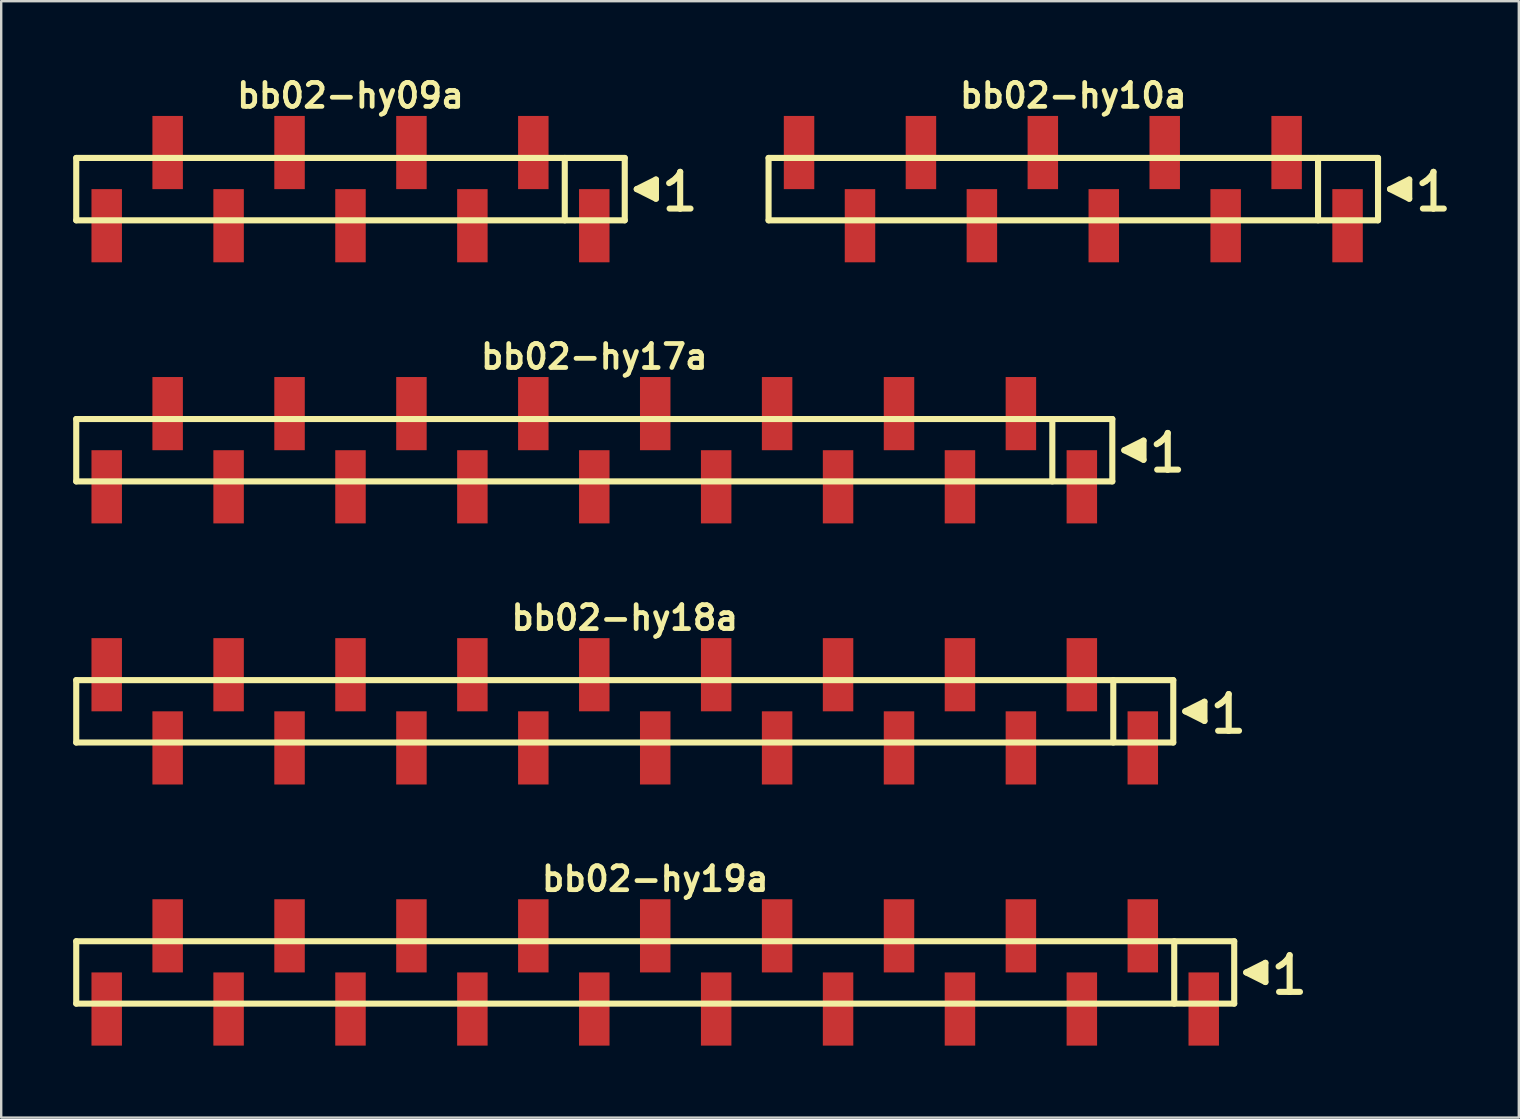
<source format=kicad_pcb>
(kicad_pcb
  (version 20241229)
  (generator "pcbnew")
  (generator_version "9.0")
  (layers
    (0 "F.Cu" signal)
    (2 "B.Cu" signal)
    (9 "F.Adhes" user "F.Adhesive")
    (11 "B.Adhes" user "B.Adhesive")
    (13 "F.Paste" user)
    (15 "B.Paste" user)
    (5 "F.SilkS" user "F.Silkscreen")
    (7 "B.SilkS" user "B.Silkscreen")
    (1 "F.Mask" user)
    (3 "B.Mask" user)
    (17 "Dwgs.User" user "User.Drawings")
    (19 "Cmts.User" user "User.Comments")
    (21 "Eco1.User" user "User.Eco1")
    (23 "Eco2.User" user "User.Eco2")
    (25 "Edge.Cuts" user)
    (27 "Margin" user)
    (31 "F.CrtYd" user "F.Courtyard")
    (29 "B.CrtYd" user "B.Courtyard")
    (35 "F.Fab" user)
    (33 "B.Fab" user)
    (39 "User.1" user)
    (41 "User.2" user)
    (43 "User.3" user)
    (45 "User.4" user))
  (footprint "bb02-hy19a"
    (layer "F.Cu")
    (at 24.257 37.477)
    (property "Reference" "bb02-hy19a" (at 0 -3.9 0) (layer "F.SilkS") (effects (font (size 0.998 0.998) (thickness 0.198))))
    (attr smd)
    (fp_line (start -24.13 -1.3) (end 24.13 -1.3) (stroke (width 0.254) (type solid)) (layer "F.SilkS"))
    (fp_line (start -24.13 1.3) (end -24.13 -1.3) (stroke (width 0.254) (type solid)) (layer "F.SilkS"))
    (fp_line (start 21.63 1.3) (end 21.63 -1.3) (stroke (width 0.254) (type solid)) (layer "F.SilkS"))
    (fp_line (start 24.13 -1.3) (end 24.13 1.3) (stroke (width 0.254) (type solid)) (layer "F.SilkS"))
    (fp_line (start 24.13 1.3) (end -24.13 1.3) (stroke (width 0.254) (type solid)) (layer "F.SilkS"))
    (fp_line (start 24.63 0) (end 25.43 0.4) (stroke (width 0.254) (type solid)) (layer "F.SilkS"))
    (fp_line (start 24.93 0.1) (end 24.93 -0.1) (stroke (width 0.254) (type solid)) (layer "F.SilkS"))
    (fp_line (start 25.03 -0.1) (end 25.03 0.1) (stroke (width 0.254) (type solid)) (layer "F.SilkS"))
    (fp_line (start 25.13 0.2) (end 25.13 -0.2) (stroke (width 0.254) (type solid)) (layer "F.SilkS"))
    (fp_line (start 25.23 -0.2) (end 25.23 0.2) (stroke (width 0.254) (type solid)) (layer "F.SilkS"))
    (fp_line (start 25.33 0.3) (end 25.33 -0.3) (stroke (width 0.254) (type solid)) (layer "F.SilkS"))
    (fp_line (start 25.43 -0.4) (end 24.63 0) (stroke (width 0.254) (type solid)) (layer "F.SilkS"))
    (fp_line (start 25.43 0.4) (end 25.43 -0.4) (stroke (width 0.254) (type solid)) (layer "F.SilkS"))
    (fp_line (start 25.98 -0.25) (end 26.11 -0.33) (stroke (width 0.254) (type solid)) (layer "F.SilkS"))
    (fp_line (start 26.11 -0.33) (end 26.27 -0.46) (stroke (width 0.254) (type solid)) (layer "F.SilkS"))
    (fp_line (start 26.27 -0.46) (end 26.41 -0.63) (stroke (width 0.254) (type solid)) (layer "F.SilkS"))
    (fp_line (start 26.41 -0.63) (end 26.44 -0.72) (stroke (width 0.254) (type solid)) (layer "F.SilkS"))
    (fp_line (start 26.44 -0.72) (end 26.44 0.81) (stroke (width 0.254) (type solid)) (layer "F.SilkS"))
    (fp_line (start 26.44 0.81) (end 26 0.81) (stroke (width 0.254) (type solid)) (layer "F.SilkS"))
    (fp_line (start 26.87 0.81) (end 26.43 0.81) (stroke (width 0.254) (type solid)) (layer "F.SilkS"))
    (pad "1" smd rect (at 22.86 1.525) (size 1.27 3.05) (layers "F.Cu" "F.Mask" "F.Paste"))
    (pad "2" smd rect (at 20.32 -1.525) (size 1.27 3.05) (layers "F.Cu" "F.Mask" "F.Paste"))
    (pad "3" smd rect (at 17.78 1.525) (size 1.27 3.05) (layers "F.Cu" "F.Mask" "F.Paste"))
    (pad "4" smd rect (at 15.24 -1.525) (size 1.27 3.05) (layers "F.Cu" "F.Mask" "F.Paste"))
    (pad "5" smd rect (at 12.7 1.525) (size 1.27 3.05) (layers "F.Cu" "F.Mask" "F.Paste"))
    (pad "6" smd rect (at 10.16 -1.525) (size 1.27 3.05) (layers "F.Cu" "F.Mask" "F.Paste"))
    (pad "7" smd rect (at 7.62 1.525) (size 1.27 3.05) (layers "F.Cu" "F.Mask" "F.Paste"))
    (pad "8" smd rect (at 5.08 -1.525) (size 1.27 3.05) (layers "F.Cu" "F.Mask" "F.Paste"))
    (pad "9" smd rect (at 2.54 1.525) (size 1.27 3.05) (layers "F.Cu" "F.Mask" "F.Paste"))
    (pad "10" smd rect (at 0 -1.525) (size 1.27 3.05) (layers "F.Cu" "F.Mask" "F.Paste"))
    (pad "11" smd rect (at -2.54 1.525) (size 1.27 3.05) (layers "F.Cu" "F.Mask" "F.Paste"))
    (pad "12" smd rect (at -5.08 -1.525) (size 1.27 3.05) (layers "F.Cu" "F.Mask" "F.Paste"))
    (pad "13" smd rect (at -7.62 1.525) (size 1.27 3.05) (layers "F.Cu" "F.Mask" "F.Paste"))
    (pad "14" smd rect (at -10.16 -1.525) (size 1.27 3.05) (layers "F.Cu" "F.Mask" "F.Paste"))
    (pad "15" smd rect (at -12.7 1.525) (size 1.27 3.05) (layers "F.Cu" "F.Mask" "F.Paste"))
    (pad "16" smd rect (at -15.24 -1.525) (size 1.27 3.05) (layers "F.Cu" "F.Mask" "F.Paste"))
    (pad "17" smd rect (at -17.78 1.525) (size 1.27 3.05) (layers "F.Cu" "F.Mask" "F.Paste"))
    (pad "18" smd rect (at -20.32 -1.525) (size 1.27 3.05) (layers "F.Cu" "F.Mask" "F.Paste"))
    (pad "19" smd rect (at -22.86 1.525) (size 1.27 3.05) (layers "F.Cu" "F.Mask" "F.Paste")))
  (footprint "bb02-hy10a"
    (layer "F.Cu")
    (at 41.681 4.832)
    (property "Reference" "bb02-hy10a" (at 0 -3.9 0) (layer "F.SilkS") (effects (font (size 0.998 0.998) (thickness 0.198))))
    (attr smd)
    (fp_line (start -12.7 -1.3) (end 12.7 -1.3) (stroke (width 0.254) (type solid)) (layer "F.SilkS"))
    (fp_line (start -12.7 1.3) (end -12.7 -1.3) (stroke (width 0.254) (type solid)) (layer "F.SilkS"))
    (fp_line (start 10.2 1.3) (end 10.2 -1.3) (stroke (width 0.254) (type solid)) (layer "F.SilkS"))
    (fp_line (start 12.7 -1.3) (end 12.7 1.3) (stroke (width 0.254) (type solid)) (layer "F.SilkS"))
    (fp_line (start 12.7 1.3) (end -12.7 1.3) (stroke (width 0.254) (type solid)) (layer "F.SilkS"))
    (fp_line (start 13.2 0) (end 14 0.4) (stroke (width 0.254) (type solid)) (layer "F.SilkS"))
    (fp_line (start 13.5 0.1) (end 13.5 -0.1) (stroke (width 0.254) (type solid)) (layer "F.SilkS"))
    (fp_line (start 13.6 -0.1) (end 13.6 0.1) (stroke (width 0.254) (type solid)) (layer "F.SilkS"))
    (fp_line (start 13.7 0.2) (end 13.7 -0.2) (stroke (width 0.254) (type solid)) (layer "F.SilkS"))
    (fp_line (start 13.8 -0.2) (end 13.8 0.2) (stroke (width 0.254) (type solid)) (layer "F.SilkS"))
    (fp_line (start 13.9 0.3) (end 13.9 -0.3) (stroke (width 0.254) (type solid)) (layer "F.SilkS"))
    (fp_line (start 14 -0.4) (end 13.2 0) (stroke (width 0.254) (type solid)) (layer "F.SilkS"))
    (fp_line (start 14 0.4) (end 14 -0.4) (stroke (width 0.254) (type solid)) (layer "F.SilkS"))
    (fp_line (start 14.55 -0.25) (end 14.68 -0.33) (stroke (width 0.254) (type solid)) (layer "F.SilkS"))
    (fp_line (start 14.68 -0.33) (end 14.84 -0.46) (stroke (width 0.254) (type solid)) (layer "F.SilkS"))
    (fp_line (start 14.84 -0.46) (end 14.98 -0.63) (stroke (width 0.254) (type solid)) (layer "F.SilkS"))
    (fp_line (start 14.98 -0.63) (end 15.01 -0.72) (stroke (width 0.254) (type solid)) (layer "F.SilkS"))
    (fp_line (start 15.01 -0.72) (end 15.01 0.81) (stroke (width 0.254) (type solid)) (layer "F.SilkS"))
    (fp_line (start 15.01 0.81) (end 14.57 0.81) (stroke (width 0.254) (type solid)) (layer "F.SilkS"))
    (fp_line (start 15.44 0.81) (end 15 0.81) (stroke (width 0.254) (type solid)) (layer "F.SilkS"))
    (pad "1" smd rect (at 11.43 1.525) (size 1.27 3.05) (layers "F.Cu" "F.Mask" "F.Paste"))
    (pad "2" smd rect (at 8.89 -1.525) (size 1.27 3.05) (layers "F.Cu" "F.Mask" "F.Paste"))
    (pad "3" smd rect (at 6.35 1.525) (size 1.27 3.05) (layers "F.Cu" "F.Mask" "F.Paste"))
    (pad "4" smd rect (at 3.81 -1.525) (size 1.27 3.05) (layers "F.Cu" "F.Mask" "F.Paste"))
    (pad "5" smd rect (at 1.27 1.525) (size 1.27 3.05) (layers "F.Cu" "F.Mask" "F.Paste"))
    (pad "6" smd rect (at -1.27 -1.525) (size 1.27 3.05) (layers "F.Cu" "F.Mask" "F.Paste"))
    (pad "7" smd rect (at -3.81 1.525) (size 1.27 3.05) (layers "F.Cu" "F.Mask" "F.Paste"))
    (pad "8" smd rect (at -6.35 -1.525) (size 1.27 3.05) (layers "F.Cu" "F.Mask" "F.Paste"))
    (pad "9" smd rect (at -8.89 1.525) (size 1.27 3.05) (layers "F.Cu" "F.Mask" "F.Paste"))
    (pad "10" smd rect (at -11.43 -1.525) (size 1.27 3.05) (layers "F.Cu" "F.Mask" "F.Paste")))
  (footprint "bb02-hy17a"
    (layer "F.Cu")
    (at 21.717 15.713)
    (property "Reference" "bb02-hy17a" (at 0 -3.9 0) (layer "F.SilkS") (effects (font (size 0.998 0.998) (thickness 0.198))))
    (attr smd)
    (fp_line (start -21.59 -1.3) (end 21.59 -1.3) (stroke (width 0.254) (type solid)) (layer "F.SilkS"))
    (fp_line (start -21.59 1.3) (end -21.59 -1.3) (stroke (width 0.254) (type solid)) (layer "F.SilkS"))
    (fp_line (start 19.09 1.3) (end 19.09 -1.3) (stroke (width 0.254) (type solid)) (layer "F.SilkS"))
    (fp_line (start 21.59 -1.3) (end 21.59 1.3) (stroke (width 0.254) (type solid)) (layer "F.SilkS"))
    (fp_line (start 21.59 1.3) (end -21.59 1.3) (stroke (width 0.254) (type solid)) (layer "F.SilkS"))
    (fp_line (start 22.09 0) (end 22.89 0.4) (stroke (width 0.254) (type solid)) (layer "F.SilkS"))
    (fp_line (start 22.39 0.1) (end 22.39 -0.1) (stroke (width 0.254) (type solid)) (layer "F.SilkS"))
    (fp_line (start 22.49 -0.1) (end 22.49 0.1) (stroke (width 0.254) (type solid)) (layer "F.SilkS"))
    (fp_line (start 22.59 0.2) (end 22.59 -0.2) (stroke (width 0.254) (type solid)) (layer "F.SilkS"))
    (fp_line (start 22.69 -0.2) (end 22.69 0.2) (stroke (width 0.254) (type solid)) (layer "F.SilkS"))
    (fp_line (start 22.79 0.3) (end 22.79 -0.3) (stroke (width 0.254) (type solid)) (layer "F.SilkS"))
    (fp_line (start 22.89 -0.4) (end 22.09 0) (stroke (width 0.254) (type solid)) (layer "F.SilkS"))
    (fp_line (start 22.89 0.4) (end 22.89 -0.4) (stroke (width 0.254) (type solid)) (layer "F.SilkS"))
    (fp_line (start 23.44 -0.25) (end 23.57 -0.33) (stroke (width 0.254) (type solid)) (layer "F.SilkS"))
    (fp_line (start 23.57 -0.33) (end 23.73 -0.46) (stroke (width 0.254) (type solid)) (layer "F.SilkS"))
    (fp_line (start 23.73 -0.46) (end 23.87 -0.63) (stroke (width 0.254) (type solid)) (layer "F.SilkS"))
    (fp_line (start 23.87 -0.63) (end 23.9 -0.72) (stroke (width 0.254) (type solid)) (layer "F.SilkS"))
    (fp_line (start 23.9 -0.72) (end 23.9 0.81) (stroke (width 0.254) (type solid)) (layer "F.SilkS"))
    (fp_line (start 23.9 0.81) (end 23.46 0.81) (stroke (width 0.254) (type solid)) (layer "F.SilkS"))
    (fp_line (start 24.33 0.81) (end 23.89 0.81) (stroke (width 0.254) (type solid)) (layer "F.SilkS"))
    (pad "1" smd rect (at 20.32 1.525) (size 1.27 3.05) (layers "F.Cu" "F.Mask" "F.Paste"))
    (pad "2" smd rect (at 17.78 -1.525) (size 1.27 3.05) (layers "F.Cu" "F.Mask" "F.Paste"))
    (pad "3" smd rect (at 15.24 1.525) (size 1.27 3.05) (layers "F.Cu" "F.Mask" "F.Paste"))
    (pad "4" smd rect (at 12.7 -1.525) (size 1.27 3.05) (layers "F.Cu" "F.Mask" "F.Paste"))
    (pad "5" smd rect (at 10.16 1.525) (size 1.27 3.05) (layers "F.Cu" "F.Mask" "F.Paste"))
    (pad "6" smd rect (at 7.62 -1.525) (size 1.27 3.05) (layers "F.Cu" "F.Mask" "F.Paste"))
    (pad "7" smd rect (at 5.08 1.525) (size 1.27 3.05) (layers "F.Cu" "F.Mask" "F.Paste"))
    (pad "8" smd rect (at 2.54 -1.525) (size 1.27 3.05) (layers "F.Cu" "F.Mask" "F.Paste"))
    (pad "9" smd rect (at 0 1.525) (size 1.27 3.05) (layers "F.Cu" "F.Mask" "F.Paste"))
    (pad "10" smd rect (at -2.54 -1.525) (size 1.27 3.05) (layers "F.Cu" "F.Mask" "F.Paste"))
    (pad "11" smd rect (at -5.08 1.525) (size 1.27 3.05) (layers "F.Cu" "F.Mask" "F.Paste"))
    (pad "12" smd rect (at -7.62 -1.525) (size 1.27 3.05) (layers "F.Cu" "F.Mask" "F.Paste"))
    (pad "13" smd rect (at -10.16 1.525) (size 1.27 3.05) (layers "F.Cu" "F.Mask" "F.Paste"))
    (pad "14" smd rect (at -12.7 -1.525) (size 1.27 3.05) (layers "F.Cu" "F.Mask" "F.Paste"))
    (pad "15" smd rect (at -15.24 1.525) (size 1.27 3.05) (layers "F.Cu" "F.Mask" "F.Paste"))
    (pad "16" smd rect (at -17.78 -1.525) (size 1.27 3.05) (layers "F.Cu" "F.Mask" "F.Paste"))
    (pad "17" smd rect (at -20.32 1.525) (size 1.27 3.05) (layers "F.Cu" "F.Mask" "F.Paste")))
  (footprint "bb02-hy18a"
    (layer "F.Cu")
    (at 22.987 26.595)
    (property "Reference" "bb02-hy18a" (at 0 -3.9 0) (layer "F.SilkS") (effects (font (size 0.998 0.998) (thickness 0.198))))
    (attr smd)
    (fp_line (start -22.86 -1.3) (end 22.86 -1.3) (stroke (width 0.254) (type solid)) (layer "F.SilkS"))
    (fp_line (start -22.86 1.3) (end -22.86 -1.3) (stroke (width 0.254) (type solid)) (layer "F.SilkS"))
    (fp_line (start 20.36 1.3) (end 20.36 -1.3) (stroke (width 0.254) (type solid)) (layer "F.SilkS"))
    (fp_line (start 22.86 -1.3) (end 22.86 1.3) (stroke (width 0.254) (type solid)) (layer "F.SilkS"))
    (fp_line (start 22.86 1.3) (end -22.86 1.3) (stroke (width 0.254) (type solid)) (layer "F.SilkS"))
    (fp_line (start 23.36 0) (end 24.16 0.4) (stroke (width 0.254) (type solid)) (layer "F.SilkS"))
    (fp_line (start 23.66 0.1) (end 23.66 -0.1) (stroke (width 0.254) (type solid)) (layer "F.SilkS"))
    (fp_line (start 23.76 -0.1) (end 23.76 0.1) (stroke (width 0.254) (type solid)) (layer "F.SilkS"))
    (fp_line (start 23.86 0.2) (end 23.86 -0.2) (stroke (width 0.254) (type solid)) (layer "F.SilkS"))
    (fp_line (start 23.96 -0.2) (end 23.96 0.2) (stroke (width 0.254) (type solid)) (layer "F.SilkS"))
    (fp_line (start 24.06 0.3) (end 24.06 -0.3) (stroke (width 0.254) (type solid)) (layer "F.SilkS"))
    (fp_line (start 24.16 -0.4) (end 23.36 0) (stroke (width 0.254) (type solid)) (layer "F.SilkS"))
    (fp_line (start 24.16 0.4) (end 24.16 -0.4) (stroke (width 0.254) (type solid)) (layer "F.SilkS"))
    (fp_line (start 24.71 -0.25) (end 24.84 -0.33) (stroke (width 0.254) (type solid)) (layer "F.SilkS"))
    (fp_line (start 24.84 -0.33) (end 25 -0.46) (stroke (width 0.254) (type solid)) (layer "F.SilkS"))
    (fp_line (start 25 -0.46) (end 25.14 -0.63) (stroke (width 0.254) (type solid)) (layer "F.SilkS"))
    (fp_line (start 25.14 -0.63) (end 25.17 -0.72) (stroke (width 0.254) (type solid)) (layer "F.SilkS"))
    (fp_line (start 25.17 -0.72) (end 25.17 0.81) (stroke (width 0.254) (type solid)) (layer "F.SilkS"))
    (fp_line (start 25.17 0.81) (end 24.73 0.81) (stroke (width 0.254) (type solid)) (layer "F.SilkS"))
    (fp_line (start 25.6 0.81) (end 25.16 0.81) (stroke (width 0.254) (type solid)) (layer "F.SilkS"))
    (pad "1" smd rect (at 21.59 1.525) (size 1.27 3.05) (layers "F.Cu" "F.Mask" "F.Paste"))
    (pad "2" smd rect (at 19.05 -1.525) (size 1.27 3.05) (layers "F.Cu" "F.Mask" "F.Paste"))
    (pad "3" smd rect (at 16.51 1.525) (size 1.27 3.05) (layers "F.Cu" "F.Mask" "F.Paste"))
    (pad "4" smd rect (at 13.97 -1.525) (size 1.27 3.05) (layers "F.Cu" "F.Mask" "F.Paste"))
    (pad "5" smd rect (at 11.43 1.525) (size 1.27 3.05) (layers "F.Cu" "F.Mask" "F.Paste"))
    (pad "6" smd rect (at 8.89 -1.525) (size 1.27 3.05) (layers "F.Cu" "F.Mask" "F.Paste"))
    (pad "7" smd rect (at 6.35 1.525) (size 1.27 3.05) (layers "F.Cu" "F.Mask" "F.Paste"))
    (pad "8" smd rect (at 3.81 -1.525) (size 1.27 3.05) (layers "F.Cu" "F.Mask" "F.Paste"))
    (pad "9" smd rect (at 1.27 1.525) (size 1.27 3.05) (layers "F.Cu" "F.Mask" "F.Paste"))
    (pad "10" smd rect (at -1.27 -1.525) (size 1.27 3.05) (layers "F.Cu" "F.Mask" "F.Paste"))
    (pad "11" smd rect (at -3.81 1.525) (size 1.27 3.05) (layers "F.Cu" "F.Mask" "F.Paste"))
    (pad "12" smd rect (at -6.35 -1.525) (size 1.27 3.05) (layers "F.Cu" "F.Mask" "F.Paste"))
    (pad "13" smd rect (at -8.89 1.525) (size 1.27 3.05) (layers "F.Cu" "F.Mask" "F.Paste"))
    (pad "14" smd rect (at -11.43 -1.525) (size 1.27 3.05) (layers "F.Cu" "F.Mask" "F.Paste"))
    (pad "15" smd rect (at -13.97 1.525) (size 1.27 3.05) (layers "F.Cu" "F.Mask" "F.Paste"))
    (pad "16" smd rect (at -16.51 -1.525) (size 1.27 3.05) (layers "F.Cu" "F.Mask" "F.Paste"))
    (pad "17" smd rect (at -19.05 1.525) (size 1.27 3.05) (layers "F.Cu" "F.Mask" "F.Paste"))
    (pad "18" smd rect (at -21.59 -1.525) (size 1.27 3.05) (layers "F.Cu" "F.Mask" "F.Paste")))
  (footprint "bb02-hy09a"
    (layer "F.Cu")
    (at 11.557 4.832)
    (property "Reference" "bb02-hy09a" (at 0 -3.9 0) (layer "F.SilkS") (effects (font (size 0.998 0.998) (thickness 0.198))))
    (attr smd)
    (fp_line (start -11.43 -1.3) (end 11.43 -1.3) (stroke (width 0.254) (type solid)) (layer "F.SilkS"))
    (fp_line (start -11.43 1.3) (end -11.43 -1.3) (stroke (width 0.254) (type solid)) (layer "F.SilkS"))
    (fp_line (start 8.93 1.3) (end 8.93 -1.3) (stroke (width 0.254) (type solid)) (layer "F.SilkS"))
    (fp_line (start 11.43 -1.3) (end 11.43 1.3) (stroke (width 0.254) (type solid)) (layer "F.SilkS"))
    (fp_line (start 11.43 1.3) (end -11.43 1.3) (stroke (width 0.254) (type solid)) (layer "F.SilkS"))
    (fp_line (start 11.93 0) (end 12.73 0.4) (stroke (width 0.254) (type solid)) (layer "F.SilkS"))
    (fp_line (start 12.23 0.1) (end 12.23 -0.1) (stroke (width 0.254) (type solid)) (layer "F.SilkS"))
    (fp_line (start 12.33 -0.1) (end 12.33 0.1) (stroke (width 0.254) (type solid)) (layer "F.SilkS"))
    (fp_line (start 12.43 0.2) (end 12.43 -0.2) (stroke (width 0.254) (type solid)) (layer "F.SilkS"))
    (fp_line (start 12.53 -0.2) (end 12.53 0.2) (stroke (width 0.254) (type solid)) (layer "F.SilkS"))
    (fp_line (start 12.63 0.3) (end 12.63 -0.3) (stroke (width 0.254) (type solid)) (layer "F.SilkS"))
    (fp_line (start 12.73 -0.4) (end 11.93 0) (stroke (width 0.254) (type solid)) (layer "F.SilkS"))
    (fp_line (start 12.73 0.4) (end 12.73 -0.4) (stroke (width 0.254) (type solid)) (layer "F.SilkS"))
    (fp_line (start 13.28 -0.25) (end 13.41 -0.33) (stroke (width 0.254) (type solid)) (layer "F.SilkS"))
    (fp_line (start 13.41 -0.33) (end 13.57 -0.46) (stroke (width 0.254) (type solid)) (layer "F.SilkS"))
    (fp_line (start 13.57 -0.46) (end 13.71 -0.63) (stroke (width 0.254) (type solid)) (layer "F.SilkS"))
    (fp_line (start 13.71 -0.63) (end 13.74 -0.72) (stroke (width 0.254) (type solid)) (layer "F.SilkS"))
    (fp_line (start 13.74 -0.72) (end 13.74 0.81) (stroke (width 0.254) (type solid)) (layer "F.SilkS"))
    (fp_line (start 13.74 0.81) (end 13.3 0.81) (stroke (width 0.254) (type solid)) (layer "F.SilkS"))
    (fp_line (start 14.17 0.81) (end 13.73 0.81) (stroke (width 0.254) (type solid)) (layer "F.SilkS"))
    (pad "1" smd rect (at 10.16 1.525) (size 1.27 3.05) (layers "F.Cu" "F.Mask" "F.Paste"))
    (pad "2" smd rect (at 7.62 -1.525) (size 1.27 3.05) (layers "F.Cu" "F.Mask" "F.Paste"))
    (pad "3" smd rect (at 5.08 1.525) (size 1.27 3.05) (layers "F.Cu" "F.Mask" "F.Paste"))
    (pad "4" smd rect (at 2.54 -1.525) (size 1.27 3.05) (layers "F.Cu" "F.Mask" "F.Paste"))
    (pad "5" smd rect (at 0 1.525) (size 1.27 3.05) (layers "F.Cu" "F.Mask" "F.Paste"))
    (pad "6" smd rect (at -2.54 -1.525) (size 1.27 3.05) (layers "F.Cu" "F.Mask" "F.Paste"))
    (pad "7" smd rect (at -5.08 1.525) (size 1.27 3.05) (layers "F.Cu" "F.Mask" "F.Paste"))
    (pad "8" smd rect (at -7.62 -1.525) (size 1.27 3.05) (layers "F.Cu" "F.Mask" "F.Paste"))
    (pad "9" smd rect (at -10.16 1.525) (size 1.27 3.05) (layers "F.Cu" "F.Mask" "F.Paste")))
  (gr_rect
    (start -3 -3)
    (end 60.248 43.527)
    (stroke (width 0.1) (type default))
    (fill no)
    (layer "Edge.Cuts")))
</source>
